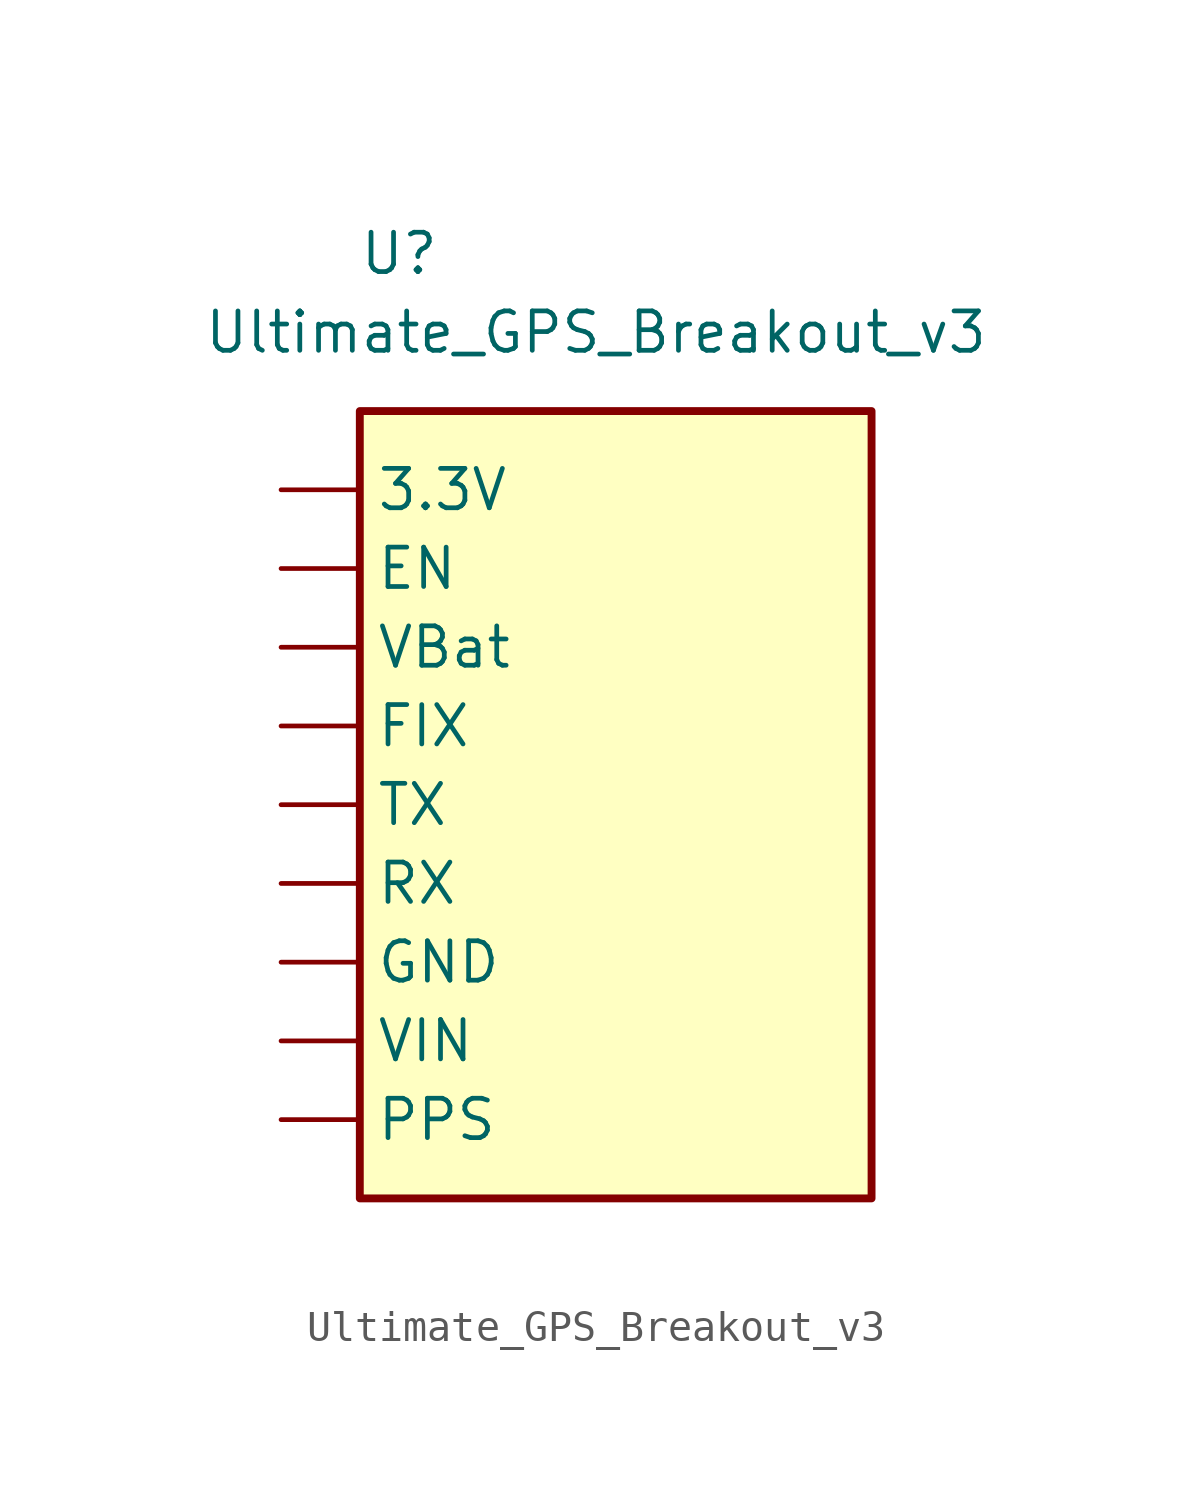
<source format=kicad_sym>
(kicad_symbol_lib
  (version 20211014)
  (generator kicad_symbol_editor)
  (symbol "Ultimate_GPS_Breakout_v3"
    (property "Reference" "U"
      (at -7.62 17.78 0)
      (effects (font (size 1.27 1.27))))
    (property "Value" "Ultimate_GPS_Breakout_v3"
      (at -1.27 15.24 0)
      (effects (font (size 1.27 1.27))))
    (symbol "Ultimate_GPS_Breakout_v3_0_1"
      (rectangle (start -8.89 12.7) (end 7.62 -12.7) (stroke (width 0.254) (type default) (color 0 0 0 0)) (fill (type background))))
    (symbol "Ultimate_GPS_Breakout_v3_1_1"
      (pin output line (at -11.43 10.16 0) (length 2.54) (name "3.3V" (effects (font (size 1.27 1.27)))) (number "" (effects (font (size 1.27 1.27)))))
      (pin input line (at -11.43 7.62 0) (length 2.54) (name "EN" (effects (font (size 1.27 1.27)))) (number "" (effects (font (size 1.27 1.27)))))
      (pin output line (at -11.43 2.54 0) (length 2.54) (name "FIX" (effects (font (size 1.27 1.27)))) (number "" (effects (font (size 1.27 1.27)))))
      (pin input line (at -11.43 -5.08 0) (length 2.54) (name "GND" (effects (font (size 1.27 1.27)))) (number "" (effects (font (size 1.27 1.27)))))
      (pin output line (at -11.43 -10.16 0) (length 2.54) (name "PPS" (effects (font (size 1.27 1.27)))) (number "" (effects (font (size 1.27 1.27)))))
      (pin output line (at -11.43 -2.54 0) (length 2.54) (name "RX" (effects (font (size 1.27 1.27)))) (number "" (effects (font (size 1.27 1.27)))))
      (pin output line (at -11.43 0 0) (length 2.54) (name "TX" (effects (font (size 1.27 1.27)))) (number "" (effects (font (size 1.27 1.27)))))
      (pin input line (at -11.43 5.08 0) (length 2.54) (name "VBat" (effects (font (size 1.27 1.27)))) (number "" (effects (font (size 1.27 1.27)))))
      (pin power_in line (at -11.43 -7.62 0) (length 2.54) (name "VIN" (effects (font (size 1.27 1.27)))) (number "" (effects (font (size 1.27 1.27))))))))
</source>
